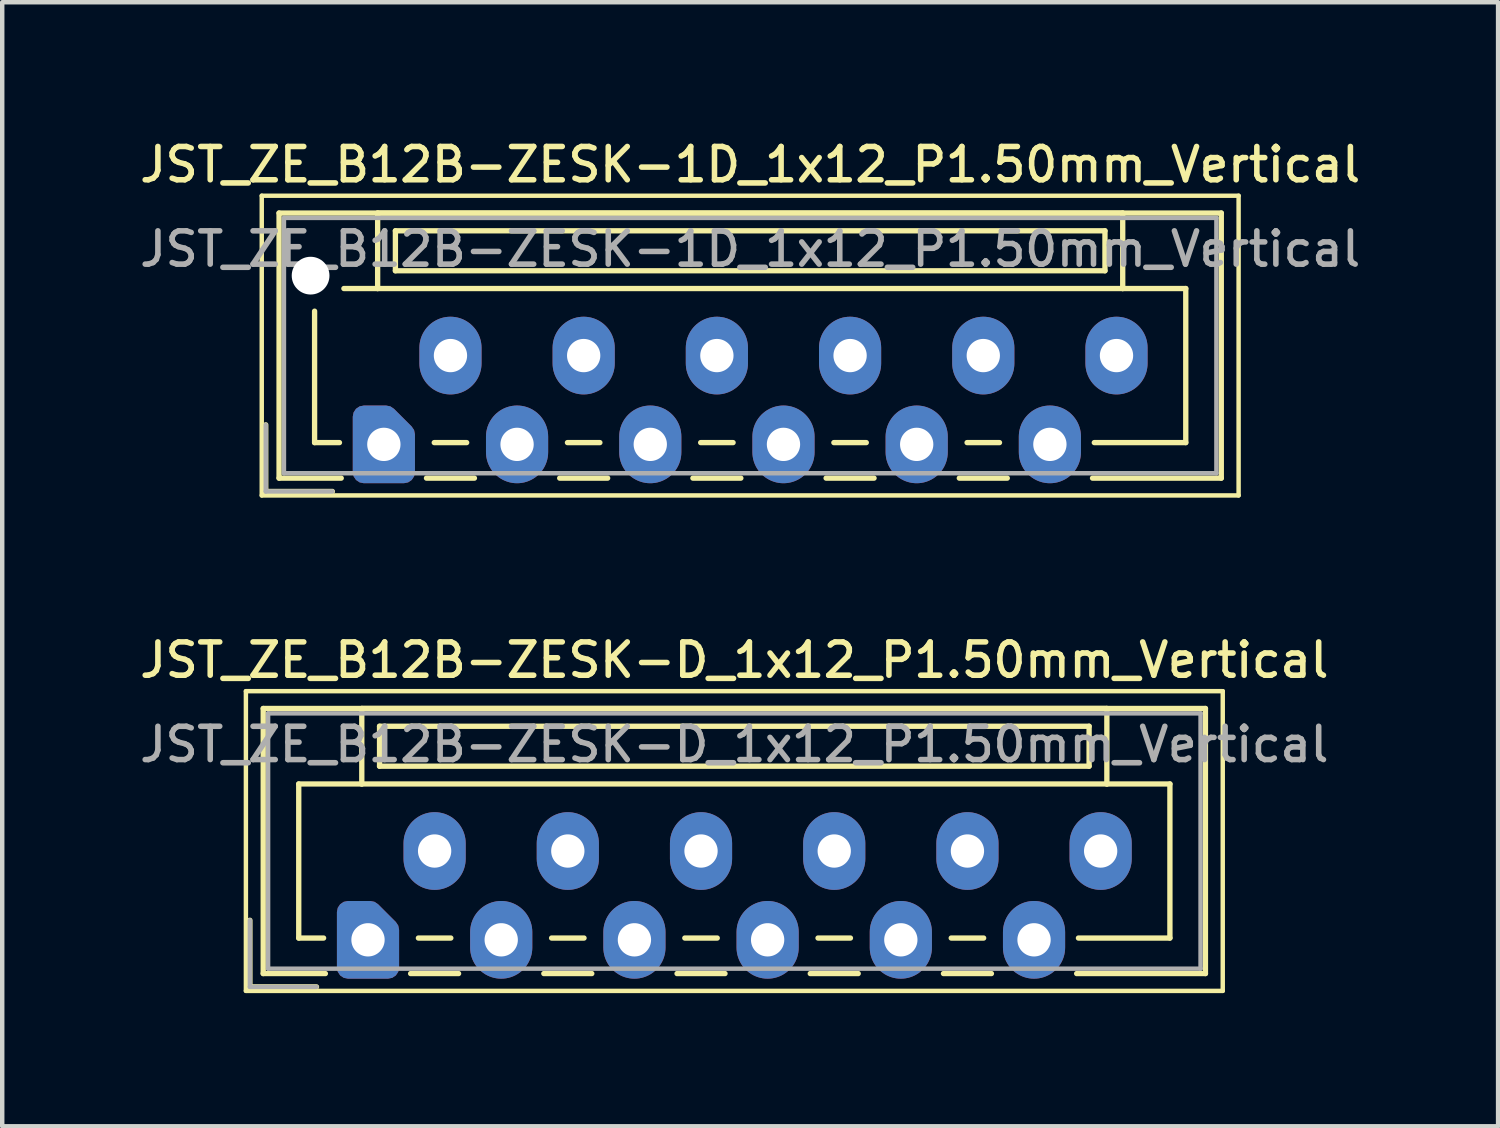
<source format=kicad_pcb>
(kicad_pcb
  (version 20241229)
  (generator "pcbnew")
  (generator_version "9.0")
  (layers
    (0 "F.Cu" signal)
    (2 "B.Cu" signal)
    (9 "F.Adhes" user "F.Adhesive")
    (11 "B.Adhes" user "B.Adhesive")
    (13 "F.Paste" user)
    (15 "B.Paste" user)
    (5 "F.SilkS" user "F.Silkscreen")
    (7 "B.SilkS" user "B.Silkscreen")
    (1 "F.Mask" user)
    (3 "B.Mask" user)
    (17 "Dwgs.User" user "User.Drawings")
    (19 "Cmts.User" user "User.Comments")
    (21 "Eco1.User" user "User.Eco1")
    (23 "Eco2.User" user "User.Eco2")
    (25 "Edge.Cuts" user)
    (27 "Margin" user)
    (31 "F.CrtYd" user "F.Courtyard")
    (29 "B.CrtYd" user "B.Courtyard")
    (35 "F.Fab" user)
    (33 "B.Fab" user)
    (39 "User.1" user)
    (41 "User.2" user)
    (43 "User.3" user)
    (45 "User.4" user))
  (footprint "JST_ZE_B12B-ZESK-1D_1x12_P1.50mm_Vertical"
    (layer "F.Cu")
    (at 5.595 6.958)
    (property "Reference" "JST_ZE_B12B-ZESK-1D_1x12_P1.50mm_Vertical" (at 8.25 -6.3 0) (layer "F.SilkS") (effects (font (size 0.75 0.75) (thickness 0.125))))
    (attr through_hole)
    (fp_line (start -2.75 -5.6) (end -2.75 1.15) (stroke (width 0.1) (type solid)) (layer "F.SilkS"))
    (fp_line (start -2.75 1.15) (end 19.25 1.15) (stroke (width 0.1) (type solid)) (layer "F.SilkS"))
    (fp_line (start -2.66 -0.44) (end -2.66 1.06) (stroke (width 0.12) (type solid)) (layer "F.SilkS"))
    (fp_line (start -2.66 1.06) (end -1.16 1.06) (stroke (width 0.12) (type solid)) (layer "F.SilkS"))
    (fp_line (start -2.36 -5.21) (end 18.86 -5.21) (stroke (width 0.12) (type solid)) (layer "F.SilkS"))
    (fp_line (start -2.36 0.76) (end -2.36 -5.21) (stroke (width 0.12) (type solid)) (layer "F.SilkS"))
    (fp_line (start -1.56 -3) (end -1.56 -0.04) (stroke (width 0.12) (type solid)) (layer "F.SilkS"))
    (fp_line (start -1.56 -0.04) (end -1 -0.04) (stroke (width 0.12) (type solid)) (layer "F.SilkS"))
    (fp_line (start -0.96 0.76) (end -2.36 0.76) (stroke (width 0.12) (type solid)) (layer "F.SilkS"))
    (fp_line (start -0.14 -5.21) (end -0.14 -3.51) (stroke (width 0.12) (type solid)) (layer "F.SilkS"))
    (fp_line (start -0.14 -3.51) (end -0.9 -3.51) (stroke (width 0.12) (type solid)) (layer "F.SilkS"))
    (fp_line (start -0.14 -3.51) (end 16.64 -3.51) (stroke (width 0.12) (type solid)) (layer "F.SilkS"))
    (fp_line (start 0.26 -4.81) (end 0.26 -3.91) (stroke (width 0.12) (type solid)) (layer "F.SilkS"))
    (fp_line (start 0.26 -3.91) (end 16.24 -3.91) (stroke (width 0.12) (type solid)) (layer "F.SilkS"))
    (fp_line (start 0.96 0.76) (end 2.04 0.76) (stroke (width 0.12) (type solid)) (layer "F.SilkS"))
    (fp_line (start 1.135 -0.04) (end 1.865 -0.04) (stroke (width 0.12) (type solid)) (layer "F.SilkS"))
    (fp_line (start 3.96 0.76) (end 5.04 0.76) (stroke (width 0.12) (type solid)) (layer "F.SilkS"))
    (fp_line (start 4.135 -0.04) (end 4.865 -0.04) (stroke (width 0.12) (type solid)) (layer "F.SilkS"))
    (fp_line (start 6.96 0.76) (end 8.04 0.76) (stroke (width 0.12) (type solid)) (layer "F.SilkS"))
    (fp_line (start 7.135 -0.04) (end 7.865 -0.04) (stroke (width 0.12) (type solid)) (layer "F.SilkS"))
    (fp_line (start 9.96 0.76) (end 11.04 0.76) (stroke (width 0.12) (type solid)) (layer "F.SilkS"))
    (fp_line (start 10.135 -0.04) (end 10.865 -0.04) (stroke (width 0.12) (type solid)) (layer "F.SilkS"))
    (fp_line (start 12.96 0.76) (end 14.04 0.76) (stroke (width 0.12) (type solid)) (layer "F.SilkS"))
    (fp_line (start 13.135 -0.04) (end 13.865 -0.04) (stroke (width 0.12) (type solid)) (layer "F.SilkS"))
    (fp_line (start 16.24 -4.81) (end 0.26 -4.81) (stroke (width 0.12) (type solid)) (layer "F.SilkS"))
    (fp_line (start 16.24 -3.91) (end 16.24 -4.81) (stroke (width 0.12) (type solid)) (layer "F.SilkS"))
    (fp_line (start 16.64 -5.21) (end -0.14 -5.21) (stroke (width 0.12) (type solid)) (layer "F.SilkS"))
    (fp_line (start 16.64 -3.51) (end 16.64 -5.21) (stroke (width 0.12) (type solid)) (layer "F.SilkS"))
    (fp_line (start 16.64 -3.51) (end 18.06 -3.51) (stroke (width 0.12) (type solid)) (layer "F.SilkS"))
    (fp_line (start 18.06 -3.51) (end 18.06 -0.04) (stroke (width 0.12) (type solid)) (layer "F.SilkS"))
    (fp_line (start 18.06 -0.04) (end 16 -0.04) (stroke (width 0.12) (type solid)) (layer "F.SilkS"))
    (fp_line (start 18.86 -5.21) (end 18.86 0.76) (stroke (width 0.12) (type solid)) (layer "F.SilkS"))
    (fp_line (start 18.86 0.76) (end 15.96 0.76) (stroke (width 0.12) (type solid)) (layer "F.SilkS"))
    (fp_line (start 19.25 -5.6) (end -2.75 -5.6) (stroke (width 0.1) (type solid)) (layer "F.SilkS"))
    (fp_line (start 19.25 1.15) (end 19.25 -5.6) (stroke (width 0.1) (type solid)) (layer "F.SilkS"))
    (fp_line (start -2.66 -0.44) (end -2.66 1.06) (stroke (width 0.1) (type solid)) (layer "F.Fab"))
    (fp_line (start -2.66 1.06) (end -1.16 1.06) (stroke (width 0.1) (type solid)) (layer "F.Fab"))
    (fp_line (start -2.25 -5.1) (end -2.25 0.65) (stroke (width 0.1) (type solid)) (layer "F.Fab"))
    (fp_line (start -2.25 0.65) (end 18.75 0.65) (stroke (width 0.1) (type solid)) (layer "F.Fab"))
    (fp_line (start 18.75 -5.1) (end -2.25 -5.1) (stroke (width 0.1) (type solid)) (layer "F.Fab"))
    (fp_line (start 18.75 0.65) (end 18.75 -5.1) (stroke (width 0.1) (type solid)) (layer "F.Fab"))
    (fp_text user "${REFERENCE}" (at 8.25 -4.4 0) (layer "F.Fab") (effects (font (size 0.75 0.75) (thickness 0.125))))
    (pad "" np_thru_hole circle (at -1.65 -3.8) (size 0.85 0.85) (drill 0.85) (layers "*.Cu" "*.Mask"))
    (pad "1" thru_hole custom (at 0 0) (size 1.117 1.117) (drill 0.75) (layers "*.Cu" "*.Mask") (options (anchor circle)) (primitives (gr_poly (pts (xy 0.45 -0.225) (xy 0.45 0.625) (xy -0.45 0.625) (xy -0.45 -0.625) (xy 0.05 -0.625)) (width 0.5) (fill yes))))
    (pad "2" thru_hole oval (at 1.5 -2) (size 1.4 1.75) (drill 0.75) (layers "*.Cu" "*.Mask"))
    (pad "3" thru_hole oval (at 3 0) (size 1.4 1.75) (drill 0.75) (layers "*.Cu" "*.Mask"))
    (pad "4" thru_hole oval (at 4.5 -2) (size 1.4 1.75) (drill 0.75) (layers "*.Cu" "*.Mask"))
    (pad "5" thru_hole oval (at 6 0) (size 1.4 1.75) (drill 0.75) (layers "*.Cu" "*.Mask"))
    (pad "6" thru_hole oval (at 7.5 -2) (size 1.4 1.75) (drill 0.75) (layers "*.Cu" "*.Mask"))
    (pad "7" thru_hole oval (at 9 0) (size 1.4 1.75) (drill 0.75) (layers "*.Cu" "*.Mask"))
    (pad "8" thru_hole oval (at 10.5 -2) (size 1.4 1.75) (drill 0.75) (layers "*.Cu" "*.Mask"))
    (pad "9" thru_hole oval (at 12 0) (size 1.4 1.75) (drill 0.75) (layers "*.Cu" "*.Mask"))
    (pad "10" thru_hole oval (at 13.5 -2) (size 1.4 1.75) (drill 0.75) (layers "*.Cu" "*.Mask"))
    (pad "11" thru_hole oval (at 15 0) (size 1.4 1.75) (drill 0.75) (layers "*.Cu" "*.Mask"))
    (pad "12" thru_hole oval (at 16.5 -2) (size 1.4 1.75) (drill 0.75) (layers "*.Cu" "*.Mask")))
  (footprint "JST_ZE_B12B-ZESK-D_1x12_P1.50mm_Vertical"
    (layer "F.Cu")
    (at 5.238 18.116)
    (property "Reference" "JST_ZE_B12B-ZESK-D_1x12_P1.50mm_Vertical" (at 8.25 -6.3 0) (layer "F.SilkS") (effects (font (size 0.75 0.75) (thickness 0.125))))
    (attr through_hole)
    (fp_line (start -2.75 -5.6) (end -2.75 1.15) (stroke (width 0.1) (type solid)) (layer "F.SilkS"))
    (fp_line (start -2.75 1.15) (end 19.25 1.15) (stroke (width 0.1) (type solid)) (layer "F.SilkS"))
    (fp_line (start -2.66 -0.44) (end -2.66 1.06) (stroke (width 0.12) (type solid)) (layer "F.SilkS"))
    (fp_line (start -2.66 1.06) (end -1.16 1.06) (stroke (width 0.12) (type solid)) (layer "F.SilkS"))
    (fp_line (start -2.36 -5.21) (end 18.86 -5.21) (stroke (width 0.12) (type solid)) (layer "F.SilkS"))
    (fp_line (start -2.36 0.76) (end -2.36 -5.21) (stroke (width 0.12) (type solid)) (layer "F.SilkS"))
    (fp_line (start -1.56 -3.51) (end -1.56 -0.04) (stroke (width 0.12) (type solid)) (layer "F.SilkS"))
    (fp_line (start -1.56 -0.04) (end -1 -0.04) (stroke (width 0.12) (type solid)) (layer "F.SilkS"))
    (fp_line (start -0.96 0.76) (end -2.36 0.76) (stroke (width 0.12) (type solid)) (layer "F.SilkS"))
    (fp_line (start -0.14 -5.21) (end -0.14 -3.51) (stroke (width 0.12) (type solid)) (layer "F.SilkS"))
    (fp_line (start -0.14 -3.51) (end -1.56 -3.51) (stroke (width 0.12) (type solid)) (layer "F.SilkS"))
    (fp_line (start -0.14 -3.51) (end 16.64 -3.51) (stroke (width 0.12) (type solid)) (layer "F.SilkS"))
    (fp_line (start 0.26 -4.81) (end 0.26 -3.91) (stroke (width 0.12) (type solid)) (layer "F.SilkS"))
    (fp_line (start 0.26 -3.91) (end 16.24 -3.91) (stroke (width 0.12) (type solid)) (layer "F.SilkS"))
    (fp_line (start 0.96 0.76) (end 2.04 0.76) (stroke (width 0.12) (type solid)) (layer "F.SilkS"))
    (fp_line (start 1.135 -0.04) (end 1.865 -0.04) (stroke (width 0.12) (type solid)) (layer "F.SilkS"))
    (fp_line (start 3.96 0.76) (end 5.04 0.76) (stroke (width 0.12) (type solid)) (layer "F.SilkS"))
    (fp_line (start 4.135 -0.04) (end 4.865 -0.04) (stroke (width 0.12) (type solid)) (layer "F.SilkS"))
    (fp_line (start 6.96 0.76) (end 8.04 0.76) (stroke (width 0.12) (type solid)) (layer "F.SilkS"))
    (fp_line (start 7.135 -0.04) (end 7.865 -0.04) (stroke (width 0.12) (type solid)) (layer "F.SilkS"))
    (fp_line (start 9.96 0.76) (end 11.04 0.76) (stroke (width 0.12) (type solid)) (layer "F.SilkS"))
    (fp_line (start 10.135 -0.04) (end 10.865 -0.04) (stroke (width 0.12) (type solid)) (layer "F.SilkS"))
    (fp_line (start 12.96 0.76) (end 14.04 0.76) (stroke (width 0.12) (type solid)) (layer "F.SilkS"))
    (fp_line (start 13.135 -0.04) (end 13.865 -0.04) (stroke (width 0.12) (type solid)) (layer "F.SilkS"))
    (fp_line (start 16.24 -4.81) (end 0.26 -4.81) (stroke (width 0.12) (type solid)) (layer "F.SilkS"))
    (fp_line (start 16.24 -3.91) (end 16.24 -4.81) (stroke (width 0.12) (type solid)) (layer "F.SilkS"))
    (fp_line (start 16.64 -5.21) (end -0.14 -5.21) (stroke (width 0.12) (type solid)) (layer "F.SilkS"))
    (fp_line (start 16.64 -3.51) (end 16.64 -5.21) (stroke (width 0.12) (type solid)) (layer "F.SilkS"))
    (fp_line (start 16.64 -3.51) (end 18.06 -3.51) (stroke (width 0.12) (type solid)) (layer "F.SilkS"))
    (fp_line (start 18.06 -3.51) (end 18.06 -0.04) (stroke (width 0.12) (type solid)) (layer "F.SilkS"))
    (fp_line (start 18.06 -0.04) (end 16 -0.04) (stroke (width 0.12) (type solid)) (layer "F.SilkS"))
    (fp_line (start 18.86 -5.21) (end 18.86 0.76) (stroke (width 0.12) (type solid)) (layer "F.SilkS"))
    (fp_line (start 18.86 0.76) (end 15.96 0.76) (stroke (width 0.12) (type solid)) (layer "F.SilkS"))
    (fp_line (start 19.25 -5.6) (end -2.75 -5.6) (stroke (width 0.1) (type solid)) (layer "F.SilkS"))
    (fp_line (start 19.25 1.15) (end 19.25 -5.6) (stroke (width 0.1) (type solid)) (layer "F.SilkS"))
    (fp_line (start -2.66 -0.44) (end -2.66 1.06) (stroke (width 0.1) (type solid)) (layer "F.Fab"))
    (fp_line (start -2.66 1.06) (end -1.16 1.06) (stroke (width 0.1) (type solid)) (layer "F.Fab"))
    (fp_line (start -2.25 -5.1) (end -2.25 0.65) (stroke (width 0.1) (type solid)) (layer "F.Fab"))
    (fp_line (start -2.25 0.65) (end 18.75 0.65) (stroke (width 0.1) (type solid)) (layer "F.Fab"))
    (fp_line (start 18.75 -5.1) (end -2.25 -5.1) (stroke (width 0.1) (type solid)) (layer "F.Fab"))
    (fp_line (start 18.75 0.65) (end 18.75 -5.1) (stroke (width 0.1) (type solid)) (layer "F.Fab"))
    (fp_text user "${REFERENCE}" (at 8.25 -4.4 0) (layer "F.Fab") (effects (font (size 0.75 0.75) (thickness 0.125))))
    (pad "1" thru_hole custom (at 0 0) (size 1.117 1.117) (drill 0.75) (layers "*.Cu" "*.Mask") (options (anchor circle)) (primitives (gr_poly (pts (xy 0.45 -0.225) (xy 0.45 0.625) (xy -0.45 0.625) (xy -0.45 -0.625) (xy 0.05 -0.625)) (width 0.5) (fill yes))))
    (pad "2" thru_hole oval (at 1.5 -2) (size 1.4 1.75) (drill 0.75) (layers "*.Cu" "*.Mask"))
    (pad "3" thru_hole oval (at 3 0) (size 1.4 1.75) (drill 0.75) (layers "*.Cu" "*.Mask"))
    (pad "4" thru_hole oval (at 4.5 -2) (size 1.4 1.75) (drill 0.75) (layers "*.Cu" "*.Mask"))
    (pad "5" thru_hole oval (at 6 0) (size 1.4 1.75) (drill 0.75) (layers "*.Cu" "*.Mask"))
    (pad "6" thru_hole oval (at 7.5 -2) (size 1.4 1.75) (drill 0.75) (layers "*.Cu" "*.Mask"))
    (pad "7" thru_hole oval (at 9 0) (size 1.4 1.75) (drill 0.75) (layers "*.Cu" "*.Mask"))
    (pad "8" thru_hole oval (at 10.5 -2) (size 1.4 1.75) (drill 0.75) (layers "*.Cu" "*.Mask"))
    (pad "9" thru_hole oval (at 12 0) (size 1.4 1.75) (drill 0.75) (layers "*.Cu" "*.Mask"))
    (pad "10" thru_hole oval (at 13.5 -2) (size 1.4 1.75) (drill 0.75) (layers "*.Cu" "*.Mask"))
    (pad "11" thru_hole oval (at 15 0) (size 1.4 1.75) (drill 0.75) (layers "*.Cu" "*.Mask"))
    (pad "12" thru_hole oval (at 16.5 -2) (size 1.4 1.75) (drill 0.75) (layers "*.Cu" "*.Mask")))
  (gr_rect
    (start -3 -3)
    (end 30.689 22.316)
    (stroke (width 0.1) (type default))
    (fill no)
    (layer "Edge.Cuts")))
</source>
